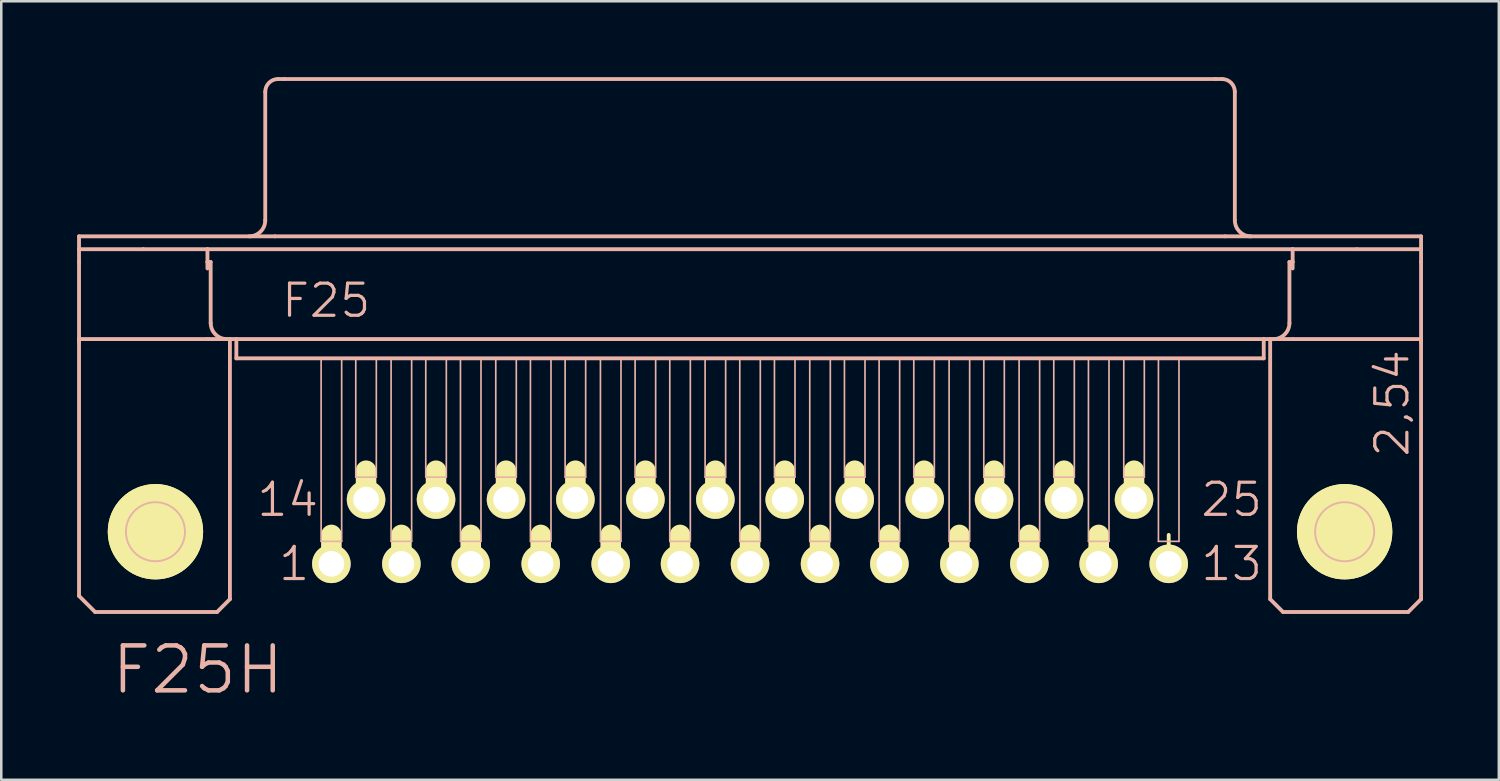
<source format=kicad_pcb>
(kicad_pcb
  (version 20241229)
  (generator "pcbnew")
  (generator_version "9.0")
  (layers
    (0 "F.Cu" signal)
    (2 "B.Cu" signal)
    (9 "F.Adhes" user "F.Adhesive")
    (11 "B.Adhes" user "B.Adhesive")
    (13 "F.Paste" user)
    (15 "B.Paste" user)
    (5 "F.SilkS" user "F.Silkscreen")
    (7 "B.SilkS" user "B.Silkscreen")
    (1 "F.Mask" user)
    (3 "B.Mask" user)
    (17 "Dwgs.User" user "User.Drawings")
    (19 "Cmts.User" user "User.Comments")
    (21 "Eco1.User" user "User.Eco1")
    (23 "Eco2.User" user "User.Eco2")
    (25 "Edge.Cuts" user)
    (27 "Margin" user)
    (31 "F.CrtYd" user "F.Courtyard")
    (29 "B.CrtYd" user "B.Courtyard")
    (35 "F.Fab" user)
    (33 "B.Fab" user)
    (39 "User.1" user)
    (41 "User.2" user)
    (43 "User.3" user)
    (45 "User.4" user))
  (footprint "F25H"
    (layer "F.Cu")
    (at 26.619 17.983)
    (property "Reference" "F25H" (at -21.844 5.461 0) (layer "B.SilkS") (effects (font (size 1.778 1.778) (thickness 0.178))))
    (attr exclude_from_pos_files exclude_from_bom)
    (fp_line (start -25.171 0) (end -21.869 0) (stroke (width 0.127) (type solid)) (layer "F.SilkS"))
    (fp_line (start -23.52 1.651) (end -23.52 -1.651) (stroke (width 0.127) (type solid)) (layer "F.SilkS"))
    (fp_line (start -16.561 1.143) (end -16.561 0.127) (stroke (width 0.813) (type solid)) (layer "F.SilkS"))
    (fp_line (start -15.189 -1.397) (end -15.189 -2.413) (stroke (width 0.813) (type solid)) (layer "F.SilkS"))
    (fp_line (start -13.792 1.143) (end -13.792 0.127) (stroke (width 0.813) (type solid)) (layer "F.SilkS"))
    (fp_line (start -12.421 -1.397) (end -12.421 -2.413) (stroke (width 0.813) (type solid)) (layer "F.SilkS"))
    (fp_line (start -11.049 1.143) (end -11.049 0.127) (stroke (width 0.813) (type solid)) (layer "F.SilkS"))
    (fp_line (start -9.652 -1.397) (end -9.652 -2.413) (stroke (width 0.813) (type solid)) (layer "F.SilkS"))
    (fp_line (start -8.28 1.143) (end -8.28 0.127) (stroke (width 0.813) (type solid)) (layer "F.SilkS"))
    (fp_line (start -6.909 -1.397) (end -6.909 -2.413) (stroke (width 0.813) (type solid)) (layer "F.SilkS"))
    (fp_line (start -5.512 1.143) (end -5.512 0.127) (stroke (width 0.813) (type solid)) (layer "F.SilkS"))
    (fp_line (start -4.14 -1.397) (end -4.14 -2.413) (stroke (width 0.813) (type solid)) (layer "F.SilkS"))
    (fp_line (start -2.769 1.143) (end -2.769 0.127) (stroke (width 0.813) (type solid)) (layer "F.SilkS"))
    (fp_line (start -1.372 -1.397) (end -1.372 -2.413) (stroke (width 0.813) (type solid)) (layer "F.SilkS"))
    (fp_line (start 0 1.143) (end 0 0.127) (stroke (width 0.813) (type solid)) (layer "F.SilkS"))
    (fp_line (start 1.372 -1.397) (end 1.372 -2.413) (stroke (width 0.813) (type solid)) (layer "F.SilkS"))
    (fp_line (start 2.769 1.143) (end 2.769 0.127) (stroke (width 0.813) (type solid)) (layer "F.SilkS"))
    (fp_line (start 4.14 -1.397) (end 4.14 -2.413) (stroke (width 0.813) (type solid)) (layer "F.SilkS"))
    (fp_line (start 5.512 1.143) (end 5.512 0.127) (stroke (width 0.813) (type solid)) (layer "F.SilkS"))
    (fp_line (start 6.883 -1.397) (end 6.883 -2.413) (stroke (width 0.813) (type solid)) (layer "F.SilkS"))
    (fp_line (start 8.28 1.143) (end 8.28 0.127) (stroke (width 0.813) (type solid)) (layer "F.SilkS"))
    (fp_line (start 9.652 -1.397) (end 9.652 -2.413) (stroke (width 0.813) (type solid)) (layer "F.SilkS"))
    (fp_line (start 11.049 1.143) (end 11.049 0.127) (stroke (width 0.813) (type solid)) (layer "F.SilkS"))
    (fp_line (start 12.421 -1.397) (end 12.421 -2.413) (stroke (width 0.813) (type solid)) (layer "F.SilkS"))
    (fp_line (start 13.792 1.143) (end 13.792 0.127) (stroke (width 0.813) (type solid)) (layer "F.SilkS"))
    (fp_line (start 15.189 -1.397) (end 15.189 -2.413) (stroke (width 0.813) (type solid)) (layer "F.SilkS"))
    (fp_line (start 16.561 1.143) (end 16.561 0.127) (stroke (width 0.152) (type solid)) (layer "F.SilkS"))
    (fp_line (start 21.869 0) (end 25.171 0) (stroke (width 0.127) (type solid)) (layer "F.SilkS"))
    (fp_line (start 23.52 1.651) (end 23.52 -1.651) (stroke (width 0.127) (type solid)) (layer "F.SilkS"))
    (fp_circle (center -23.52 0) (end -24.854 1.333) (stroke (width 0) (type solid)) (fill yes) (layer "F.SilkS"))
    (fp_circle (center -23.52 0) (end -24.854 1.333) (stroke (width 0) (type solid)) (fill yes) (layer "F.SilkS"))
    (fp_circle (center -23.52 0) (end -24.346 0.826) (stroke (width 0.127) (type solid)) (fill no) (layer "F.SilkS"))
    (fp_circle (center 23.52 0) (end 24.346 0.826) (stroke (width 0.127) (type solid)) (fill no) (layer "F.SilkS"))
    (fp_circle (center 23.52 0) (end 24.854 1.333) (stroke (width 0) (type solid)) (fill yes) (layer "F.SilkS"))
    (fp_circle (center 23.52 0) (end 24.854 1.333) (stroke (width 0) (type solid)) (fill yes) (layer "F.SilkS"))
    (fp_line (start -26.543 -11.684) (end -18.796 -11.684) (stroke (width 0.152) (type solid)) (layer "B.SilkS"))
    (fp_line (start -26.543 -11.684) (end 26.543 -11.684) (stroke (width 0.066) (type solid)) (layer "B.SilkS"))
    (fp_line (start -26.543 -11.176) (end -26.543 -11.684) (stroke (width 0.066) (type solid)) (layer "B.SilkS"))
    (fp_line (start -26.543 -11.176) (end -26.543 -11.684) (stroke (width 0.152) (type solid)) (layer "B.SilkS"))
    (fp_line (start -26.543 -11.176) (end -24.003 -11.176) (stroke (width 0.152) (type solid)) (layer "B.SilkS"))
    (fp_line (start -26.543 -11.176) (end 26.543 -11.176) (stroke (width 0.066) (type solid)) (layer "B.SilkS"))
    (fp_line (start -26.543 -10.668) (end -26.543 -11.176) (stroke (width 0.152) (type solid)) (layer "B.SilkS"))
    (fp_line (start -26.543 -7.62) (end -26.543 -10.668) (stroke (width 0.152) (type solid)) (layer "B.SilkS"))
    (fp_line (start -26.543 -7.62) (end -26.543 -7.493) (stroke (width 0.152) (type solid)) (layer "B.SilkS"))
    (fp_line (start -26.543 -7.62) (end -21.463 -7.62) (stroke (width 0.152) (type solid)) (layer "B.SilkS"))
    (fp_line (start -26.543 2.54) (end -26.543 -7.493) (stroke (width 0.152) (type solid)) (layer "B.SilkS"))
    (fp_line (start -25.908 3.175) (end -26.543 2.54) (stroke (width 0.152) (type solid)) (layer "B.SilkS"))
    (fp_line (start -24.003 -11.176) (end -21.463 -11.176) (stroke (width 0.152) (type solid)) (layer "B.SilkS"))
    (fp_line (start -21.463 -11.176) (end 21.463 -11.176) (stroke (width 0.152) (type solid)) (layer "B.SilkS"))
    (fp_line (start -21.463 -10.668) (end -21.463 -11.176) (stroke (width 0.152) (type solid)) (layer "B.SilkS"))
    (fp_line (start -21.463 -10.668) (end -21.336 -10.668) (stroke (width 0.152) (type solid)) (layer "B.SilkS"))
    (fp_line (start -21.463 -10.414) (end -21.463 -10.668) (stroke (width 0.152) (type solid)) (layer "B.SilkS"))
    (fp_line (start -21.463 -7.62) (end -20.574 -7.62) (stroke (width 0.152) (type solid)) (layer "B.SilkS"))
    (fp_line (start -21.336 -8.255) (end -21.336 -10.668) (stroke (width 0.152) (type solid)) (layer "B.SilkS"))
    (fp_line (start -21.082 3.175) (end -25.908 3.175) (stroke (width 0.152) (type solid)) (layer "B.SilkS"))
    (fp_line (start -21.082 3.175) (end -20.574 2.667) (stroke (width 0.152) (type solid)) (layer "B.SilkS"))
    (fp_line (start -20.574 -7.62) (end -20.32 -7.62) (stroke (width 0.152) (type solid)) (layer "B.SilkS"))
    (fp_line (start -20.574 2.667) (end -20.574 -7.62) (stroke (width 0.152) (type solid)) (layer "B.SilkS"))
    (fp_line (start -20.32 -7.62) (end -20.32 -6.858) (stroke (width 0.152) (type solid)) (layer "B.SilkS"))
    (fp_line (start -20.32 -7.62) (end 20.32 -7.62) (stroke (width 0.066) (type solid)) (layer "B.SilkS"))
    (fp_line (start -20.32 -7.62) (end 20.32 -7.62) (stroke (width 0.152) (type solid)) (layer "B.SilkS"))
    (fp_line (start -20.32 -6.858) (end -20.32 -7.62) (stroke (width 0.066) (type solid)) (layer "B.SilkS"))
    (fp_line (start -20.32 -6.858) (end 20.32 -6.858) (stroke (width 0.066) (type solid)) (layer "B.SilkS"))
    (fp_line (start -20.32 -6.858) (end 20.32 -6.858) (stroke (width 0.152) (type solid)) (layer "B.SilkS"))
    (fp_line (start -19.177 -12.319) (end -19.177 -17.399) (stroke (width 0.152) (type solid)) (layer "B.SilkS"))
    (fp_line (start -18.796 -11.684) (end 18.796 -11.684) (stroke (width 0.152) (type solid)) (layer "B.SilkS"))
    (fp_line (start -18.669 -17.907) (end -18.415 -17.907) (stroke (width 0.152) (type solid)) (layer "B.SilkS"))
    (fp_line (start -18.415 -17.907) (end 18.415 -17.907) (stroke (width 0.152) (type solid)) (layer "B.SilkS"))
    (fp_line (start -16.967 -6.858) (end -16.154 -6.858) (stroke (width 0.066) (type solid)) (layer "B.SilkS"))
    (fp_line (start -16.967 0.381) (end -16.967 -6.858) (stroke (width 0.066) (type solid)) (layer "B.SilkS"))
    (fp_line (start -16.967 0.381) (end -16.154 0.381) (stroke (width 0.066) (type solid)) (layer "B.SilkS"))
    (fp_line (start -16.154 0.381) (end -16.154 -6.858) (stroke (width 0.066) (type solid)) (layer "B.SilkS"))
    (fp_line (start -15.596 -6.858) (end -14.783 -6.858) (stroke (width 0.066) (type solid)) (layer "B.SilkS"))
    (fp_line (start -15.596 -2.159) (end -15.596 -6.858) (stroke (width 0.066) (type solid)) (layer "B.SilkS"))
    (fp_line (start -15.596 -2.159) (end -14.783 -2.159) (stroke (width 0.066) (type solid)) (layer "B.SilkS"))
    (fp_line (start -14.783 -2.159) (end -14.783 -6.858) (stroke (width 0.066) (type solid)) (layer "B.SilkS"))
    (fp_line (start -14.199 -6.858) (end -13.386 -6.858) (stroke (width 0.066) (type solid)) (layer "B.SilkS"))
    (fp_line (start -14.199 0.381) (end -14.199 -6.858) (stroke (width 0.066) (type solid)) (layer "B.SilkS"))
    (fp_line (start -14.199 0.381) (end -13.386 0.381) (stroke (width 0.066) (type solid)) (layer "B.SilkS"))
    (fp_line (start -13.386 0.381) (end -13.386 -6.858) (stroke (width 0.066) (type solid)) (layer "B.SilkS"))
    (fp_line (start -12.827 -6.858) (end -12.014 -6.858) (stroke (width 0.066) (type solid)) (layer "B.SilkS"))
    (fp_line (start -12.827 -2.159) (end -12.827 -6.858) (stroke (width 0.066) (type solid)) (layer "B.SilkS"))
    (fp_line (start -12.827 -2.159) (end -12.014 -2.159) (stroke (width 0.066) (type solid)) (layer "B.SilkS"))
    (fp_line (start -12.014 -2.159) (end -12.014 -6.858) (stroke (width 0.066) (type solid)) (layer "B.SilkS"))
    (fp_line (start -11.455 -6.858) (end -10.643 -6.858) (stroke (width 0.066) (type solid)) (layer "B.SilkS"))
    (fp_line (start -11.455 0.381) (end -11.455 -6.858) (stroke (width 0.066) (type solid)) (layer "B.SilkS"))
    (fp_line (start -11.455 0.381) (end -10.643 0.381) (stroke (width 0.066) (type solid)) (layer "B.SilkS"))
    (fp_line (start -10.643 0.381) (end -10.643 -6.858) (stroke (width 0.066) (type solid)) (layer "B.SilkS"))
    (fp_line (start -10.058 -6.858) (end -9.246 -6.858) (stroke (width 0.066) (type solid)) (layer "B.SilkS"))
    (fp_line (start -10.058 -2.159) (end -10.058 -6.858) (stroke (width 0.066) (type solid)) (layer "B.SilkS"))
    (fp_line (start -10.058 -2.159) (end -9.246 -2.159) (stroke (width 0.066) (type solid)) (layer "B.SilkS"))
    (fp_line (start -9.246 -2.159) (end -9.246 -6.858) (stroke (width 0.066) (type solid)) (layer "B.SilkS"))
    (fp_line (start -8.687 -6.858) (end -7.874 -6.858) (stroke (width 0.066) (type solid)) (layer "B.SilkS"))
    (fp_line (start -8.687 0.381) (end -8.687 -6.858) (stroke (width 0.066) (type solid)) (layer "B.SilkS"))
    (fp_line (start -8.687 0.381) (end -7.874 0.381) (stroke (width 0.066) (type solid)) (layer "B.SilkS"))
    (fp_line (start -7.874 0.381) (end -7.874 -6.858) (stroke (width 0.066) (type solid)) (layer "B.SilkS"))
    (fp_line (start -7.315 -6.858) (end -6.502 -6.858) (stroke (width 0.066) (type solid)) (layer "B.SilkS"))
    (fp_line (start -7.315 -2.159) (end -7.315 -6.858) (stroke (width 0.066) (type solid)) (layer "B.SilkS"))
    (fp_line (start -7.315 -2.159) (end -6.502 -2.159) (stroke (width 0.066) (type solid)) (layer "B.SilkS"))
    (fp_line (start -6.502 -2.159) (end -6.502 -6.858) (stroke (width 0.066) (type solid)) (layer "B.SilkS"))
    (fp_line (start -5.918 -6.858) (end -5.105 -6.858) (stroke (width 0.066) (type solid)) (layer "B.SilkS"))
    (fp_line (start -5.918 0.381) (end -5.918 -6.858) (stroke (width 0.066) (type solid)) (layer "B.SilkS"))
    (fp_line (start -5.918 0.381) (end -5.105 0.381) (stroke (width 0.066) (type solid)) (layer "B.SilkS"))
    (fp_line (start -5.105 0.381) (end -5.105 -6.858) (stroke (width 0.066) (type solid)) (layer "B.SilkS"))
    (fp_line (start -4.547 -6.858) (end -3.734 -6.858) (stroke (width 0.066) (type solid)) (layer "B.SilkS"))
    (fp_line (start -4.547 -2.159) (end -4.547 -6.858) (stroke (width 0.066) (type solid)) (layer "B.SilkS"))
    (fp_line (start -4.547 -2.159) (end -3.734 -2.159) (stroke (width 0.066) (type solid)) (layer "B.SilkS"))
    (fp_line (start -3.734 -2.159) (end -3.734 -6.858) (stroke (width 0.066) (type solid)) (layer "B.SilkS"))
    (fp_line (start -3.175 -6.858) (end -2.362 -6.858) (stroke (width 0.066) (type solid)) (layer "B.SilkS"))
    (fp_line (start -3.175 0.381) (end -3.175 -6.858) (stroke (width 0.066) (type solid)) (layer "B.SilkS"))
    (fp_line (start -3.175 0.381) (end -2.362 0.381) (stroke (width 0.066) (type solid)) (layer "B.SilkS"))
    (fp_line (start -2.362 0.381) (end -2.362 -6.858) (stroke (width 0.066) (type solid)) (layer "B.SilkS"))
    (fp_line (start -1.778 -6.858) (end -0.965 -6.858) (stroke (width 0.066) (type solid)) (layer "B.SilkS"))
    (fp_line (start -1.778 -2.159) (end -1.778 -6.858) (stroke (width 0.066) (type solid)) (layer "B.SilkS"))
    (fp_line (start -1.778 -2.159) (end -0.965 -2.159) (stroke (width 0.066) (type solid)) (layer "B.SilkS"))
    (fp_line (start -0.965 -2.159) (end -0.965 -6.858) (stroke (width 0.066) (type solid)) (layer "B.SilkS"))
    (fp_line (start -0.406 -6.858) (end 0.406 -6.858) (stroke (width 0.066) (type solid)) (layer "B.SilkS"))
    (fp_line (start -0.406 0.381) (end -0.406 -6.858) (stroke (width 0.066) (type solid)) (layer "B.SilkS"))
    (fp_line (start -0.406 0.381) (end 0.406 0.381) (stroke (width 0.066) (type solid)) (layer "B.SilkS"))
    (fp_line (start 0.406 0.381) (end 0.406 -6.858) (stroke (width 0.066) (type solid)) (layer "B.SilkS"))
    (fp_line (start 0.965 -6.858) (end 1.778 -6.858) (stroke (width 0.066) (type solid)) (layer "B.SilkS"))
    (fp_line (start 0.965 -2.159) (end 0.965 -6.858) (stroke (width 0.066) (type solid)) (layer "B.SilkS"))
    (fp_line (start 0.965 -2.159) (end 1.778 -2.159) (stroke (width 0.066) (type solid)) (layer "B.SilkS"))
    (fp_line (start 1.778 -2.159) (end 1.778 -6.858) (stroke (width 0.066) (type solid)) (layer "B.SilkS"))
    (fp_line (start 2.362 -6.858) (end 3.175 -6.858) (stroke (width 0.066) (type solid)) (layer "B.SilkS"))
    (fp_line (start 2.362 0.381) (end 2.362 -6.858) (stroke (width 0.066) (type solid)) (layer "B.SilkS"))
    (fp_line (start 2.362 0.381) (end 3.175 0.381) (stroke (width 0.066) (type solid)) (layer "B.SilkS"))
    (fp_line (start 3.175 0.381) (end 3.175 -6.858) (stroke (width 0.066) (type solid)) (layer "B.SilkS"))
    (fp_line (start 3.734 -6.858) (end 4.547 -6.858) (stroke (width 0.066) (type solid)) (layer "B.SilkS"))
    (fp_line (start 3.734 -2.159) (end 3.734 -6.858) (stroke (width 0.066) (type solid)) (layer "B.SilkS"))
    (fp_line (start 3.734 -2.159) (end 4.547 -2.159) (stroke (width 0.066) (type solid)) (layer "B.SilkS"))
    (fp_line (start 4.547 -2.159) (end 4.547 -6.858) (stroke (width 0.066) (type solid)) (layer "B.SilkS"))
    (fp_line (start 5.105 -6.858) (end 5.918 -6.858) (stroke (width 0.066) (type solid)) (layer "B.SilkS"))
    (fp_line (start 5.105 0.381) (end 5.105 -6.858) (stroke (width 0.066) (type solid)) (layer "B.SilkS"))
    (fp_line (start 5.105 0.381) (end 5.918 0.381) (stroke (width 0.066) (type solid)) (layer "B.SilkS"))
    (fp_line (start 5.918 0.381) (end 5.918 -6.858) (stroke (width 0.066) (type solid)) (layer "B.SilkS"))
    (fp_line (start 6.477 -6.858) (end 7.29 -6.858) (stroke (width 0.066) (type solid)) (layer "B.SilkS"))
    (fp_line (start 6.477 -2.159) (end 6.477 -6.858) (stroke (width 0.066) (type solid)) (layer "B.SilkS"))
    (fp_line (start 6.477 -2.159) (end 7.29 -2.159) (stroke (width 0.066) (type solid)) (layer "B.SilkS"))
    (fp_line (start 7.29 -2.159) (end 7.29 -6.858) (stroke (width 0.066) (type solid)) (layer "B.SilkS"))
    (fp_line (start 7.874 -6.858) (end 8.687 -6.858) (stroke (width 0.066) (type solid)) (layer "B.SilkS"))
    (fp_line (start 7.874 0.381) (end 7.874 -6.858) (stroke (width 0.066) (type solid)) (layer "B.SilkS"))
    (fp_line (start 7.874 0.381) (end 8.687 0.381) (stroke (width 0.066) (type solid)) (layer "B.SilkS"))
    (fp_line (start 8.687 0.381) (end 8.687 -6.858) (stroke (width 0.066) (type solid)) (layer "B.SilkS"))
    (fp_line (start 9.246 -6.858) (end 10.058 -6.858) (stroke (width 0.066) (type solid)) (layer "B.SilkS"))
    (fp_line (start 9.246 -2.159) (end 9.246 -6.858) (stroke (width 0.066) (type solid)) (layer "B.SilkS"))
    (fp_line (start 9.246 -2.159) (end 10.058 -2.159) (stroke (width 0.066) (type solid)) (layer "B.SilkS"))
    (fp_line (start 10.058 -2.159) (end 10.058 -6.858) (stroke (width 0.066) (type solid)) (layer "B.SilkS"))
    (fp_line (start 10.643 -6.858) (end 11.455 -6.858) (stroke (width 0.066) (type solid)) (layer "B.SilkS"))
    (fp_line (start 10.643 0.381) (end 10.643 -6.858) (stroke (width 0.066) (type solid)) (layer "B.SilkS"))
    (fp_line (start 10.643 0.381) (end 11.455 0.381) (stroke (width 0.066) (type solid)) (layer "B.SilkS"))
    (fp_line (start 11.455 0.381) (end 11.455 -6.858) (stroke (width 0.066) (type solid)) (layer "B.SilkS"))
    (fp_line (start 12.014 -6.858) (end 12.827 -6.858) (stroke (width 0.066) (type solid)) (layer "B.SilkS"))
    (fp_line (start 12.014 -2.159) (end 12.014 -6.858) (stroke (width 0.066) (type solid)) (layer "B.SilkS"))
    (fp_line (start 12.014 -2.159) (end 12.827 -2.159) (stroke (width 0.066) (type solid)) (layer "B.SilkS"))
    (fp_line (start 12.827 -2.159) (end 12.827 -6.858) (stroke (width 0.066) (type solid)) (layer "B.SilkS"))
    (fp_line (start 13.386 -6.858) (end 14.199 -6.858) (stroke (width 0.066) (type solid)) (layer "B.SilkS"))
    (fp_line (start 13.386 0.381) (end 13.386 -6.858) (stroke (width 0.066) (type solid)) (layer "B.SilkS"))
    (fp_line (start 13.386 0.381) (end 14.199 0.381) (stroke (width 0.066) (type solid)) (layer "B.SilkS"))
    (fp_line (start 14.199 0.381) (end 14.199 -6.858) (stroke (width 0.066) (type solid)) (layer "B.SilkS"))
    (fp_line (start 14.783 -6.858) (end 15.596 -6.858) (stroke (width 0.066) (type solid)) (layer "B.SilkS"))
    (fp_line (start 14.783 -2.159) (end 14.783 -6.858) (stroke (width 0.066) (type solid)) (layer "B.SilkS"))
    (fp_line (start 14.783 -2.159) (end 15.596 -2.159) (stroke (width 0.066) (type solid)) (layer "B.SilkS"))
    (fp_line (start 15.596 -2.159) (end 15.596 -6.858) (stroke (width 0.066) (type solid)) (layer "B.SilkS"))
    (fp_line (start 16.154 -6.858) (end 16.967 -6.858) (stroke (width 0.066) (type solid)) (layer "B.SilkS"))
    (fp_line (start 16.154 0.381) (end 16.154 -6.858) (stroke (width 0.066) (type solid)) (layer "B.SilkS"))
    (fp_line (start 16.154 0.381) (end 16.967 0.381) (stroke (width 0.066) (type solid)) (layer "B.SilkS"))
    (fp_line (start 16.967 0.381) (end 16.967 -6.858) (stroke (width 0.066) (type solid)) (layer "B.SilkS"))
    (fp_line (start 18.415 -17.907) (end 18.669 -17.907) (stroke (width 0.152) (type solid)) (layer "B.SilkS"))
    (fp_line (start 18.796 -11.684) (end 26.543 -11.684) (stroke (width 0.152) (type solid)) (layer "B.SilkS"))
    (fp_line (start 19.177 -12.319) (end 19.177 -17.399) (stroke (width 0.152) (type solid)) (layer "B.SilkS"))
    (fp_line (start 20.32 -7.62) (end 20.32 -6.858) (stroke (width 0.152) (type solid)) (layer "B.SilkS"))
    (fp_line (start 20.32 -7.62) (end 20.574 -7.62) (stroke (width 0.152) (type solid)) (layer "B.SilkS"))
    (fp_line (start 20.32 -6.858) (end 20.32 -7.62) (stroke (width 0.066) (type solid)) (layer "B.SilkS"))
    (fp_line (start 20.574 -7.62) (end 21.463 -7.62) (stroke (width 0.152) (type solid)) (layer "B.SilkS"))
    (fp_line (start 20.574 2.667) (end 20.574 -7.62) (stroke (width 0.152) (type solid)) (layer "B.SilkS"))
    (fp_line (start 20.574 2.667) (end 21.082 3.175) (stroke (width 0.152) (type solid)) (layer "B.SilkS"))
    (fp_line (start 21.082 3.175) (end 26.035 3.175) (stroke (width 0.152) (type solid)) (layer "B.SilkS"))
    (fp_line (start 21.336 -10.668) (end 21.463 -10.668) (stroke (width 0.152) (type solid)) (layer "B.SilkS"))
    (fp_line (start 21.336 -8.255) (end 21.336 -10.668) (stroke (width 0.152) (type solid)) (layer "B.SilkS"))
    (fp_line (start 21.463 -11.176) (end 24.003 -11.176) (stroke (width 0.152) (type solid)) (layer "B.SilkS"))
    (fp_line (start 21.463 -10.668) (end 21.463 -11.176) (stroke (width 0.152) (type solid)) (layer "B.SilkS"))
    (fp_line (start 21.463 -10.414) (end 21.463 -10.668) (stroke (width 0.152) (type solid)) (layer "B.SilkS"))
    (fp_line (start 21.463 -7.62) (end 26.543 -7.62) (stroke (width 0.152) (type solid)) (layer "B.SilkS"))
    (fp_line (start 24.003 -11.176) (end 26.543 -11.176) (stroke (width 0.152) (type solid)) (layer "B.SilkS"))
    (fp_line (start 26.035 3.175) (end 26.543 2.667) (stroke (width 0.152) (type solid)) (layer "B.SilkS"))
    (fp_line (start 26.543 -11.684) (end 26.543 -11.176) (stroke (width 0.152) (type solid)) (layer "B.SilkS"))
    (fp_line (start 26.543 -11.176) (end 26.543 -11.684) (stroke (width 0.066) (type solid)) (layer "B.SilkS"))
    (fp_line (start 26.543 -11.176) (end 26.543 -10.668) (stroke (width 0.152) (type solid)) (layer "B.SilkS"))
    (fp_line (start 26.543 -10.668) (end 26.543 -7.62) (stroke (width 0.152) (type solid)) (layer "B.SilkS"))
    (fp_line (start 26.543 -7.62) (end 26.543 -7.493) (stroke (width 0.152) (type solid)) (layer "B.SilkS"))
    (fp_line (start 26.543 2.667) (end 26.543 -7.493) (stroke (width 0.152) (type solid)) (layer "B.SilkS"))
    (fp_arc (start -20.69846 -7.62) (mid -21.147473 -7.805987) (end -21.33346 -8.255) (stroke (width 0.1524) (type solid)) (layer "B.SilkS"))
    (fp_arc (start -19.177 -17.399) (mid -19.02821 -17.75821) (end -18.669 -17.907) (stroke (width 0.1524) (type solid)) (layer "B.SilkS"))
    (fp_arc (start -19.177 -12.319) (mid -19.362987 -11.869987) (end -19.812 -11.684) (stroke (width 0.1524) (type solid)) (layer "B.SilkS"))
    (fp_arc (start 18.669 -17.907) (mid 19.02821 -17.75821) (end 19.177 -17.399) (stroke (width 0.1524) (type solid)) (layer "B.SilkS"))
    (fp_arc (start 19.812 -11.684) (mid 19.362987 -11.869987) (end 19.177 -12.319) (stroke (width 0.1524) (type solid)) (layer "B.SilkS"))
    (fp_arc (start 21.336 -8.255) (mid 21.149269 -7.804191) (end 20.69846 -7.61746) (stroke (width 0.1524) (type solid)) (layer "B.SilkS"))
    (fp_circle (center -23.52 0) (end -24.346 0.826) (stroke (width 0.076) (type solid)) (fill no) (layer "B.SilkS"))
    (fp_circle (center 23.52 0) (end 24.346 0.826) (stroke (width 0.076) (type solid)) (fill no) (layer "B.SilkS"))
    (fp_text user "25" (at 19.05 -1.27 0) (layer "B.SilkS") (effects (font (size 1.27 1.27) (thickness 0.127))))
    (fp_text user "F25" (at -16.764 -9.144 0) (layer "B.SilkS") (effects (font (size 1.27 1.27) (thickness 0.127))))
    (fp_text user "13" (at 19.05 1.27 0) (layer "B.SilkS") (effects (font (size 1.27 1.27) (thickness 0.127))))
    (fp_text user "14" (at -18.288 -1.27 0) (layer "B.SilkS") (effects (font (size 1.27 1.27) (thickness 0.127))))
    (fp_text user "1" (at -18.034 1.27 0) (layer "B.SilkS") (effects (font (size 1.27 1.27) (thickness 0.127))))
    (fp_text user "2,54" (at 25.4 -5.08 90) (layer "B.SilkS") (effects (font (size 1.27 1.27) (thickness 0.127))))
    (pad "1" thru_hole circle (at -16.561 1.27) (size 1.524 1.524) (drill 1.016) (layers "*.Cu" "F.Mask" "F.SilkS" "F.Paste"))
    (pad "2" thru_hole circle (at -13.792 1.27) (size 1.524 1.524) (drill 1.016) (layers "*.Cu" "F.Mask" "F.SilkS" "F.Paste"))
    (pad "3" thru_hole circle (at -11.049 1.27) (size 1.524 1.524) (drill 1.016) (layers "*.Cu" "F.Mask" "F.SilkS" "F.Paste"))
    (pad "4" thru_hole circle (at -8.28 1.27) (size 1.524 1.524) (drill 1.016) (layers "*.Cu" "F.Mask" "F.SilkS" "F.Paste"))
    (pad "5" thru_hole circle (at -5.512 1.27) (size 1.524 1.524) (drill 1.016) (layers "*.Cu" "F.Mask" "F.SilkS" "F.Paste"))
    (pad "6" thru_hole circle (at -2.769 1.27) (size 1.524 1.524) (drill 1.016) (layers "*.Cu" "F.Mask" "F.SilkS" "F.Paste"))
    (pad "7" thru_hole circle (at 0 1.27) (size 1.524 1.524) (drill 1.016) (layers "*.Cu" "F.Mask" "F.SilkS" "F.Paste"))
    (pad "8" thru_hole circle (at 2.769 1.27) (size 1.524 1.524) (drill 1.016) (layers "*.Cu" "F.Mask" "F.SilkS" "F.Paste"))
    (pad "9" thru_hole circle (at 5.512 1.27) (size 1.524 1.524) (drill 1.016) (layers "*.Cu" "F.Mask" "F.SilkS" "F.Paste"))
    (pad "10" thru_hole circle (at 8.28 1.27) (size 1.524 1.524) (drill 1.016) (layers "*.Cu" "F.Mask" "F.SilkS" "F.Paste"))
    (pad "11" thru_hole circle (at 11.049 1.27) (size 1.524 1.524) (drill 1.016) (layers "*.Cu" "F.Mask" "F.SilkS" "F.Paste"))
    (pad "12" thru_hole circle (at 13.792 1.27) (size 1.524 1.524) (drill 1.016) (layers "*.Cu" "F.Mask" "F.SilkS" "F.Paste"))
    (pad "13" thru_hole circle (at 16.561 1.27) (size 1.524 1.524) (drill 1.016) (layers "*.Cu" "F.Mask" "F.SilkS" "F.Paste"))
    (pad "14" thru_hole circle (at -15.189 -1.27) (size 1.524 1.524) (drill 1.016) (layers "*.Cu" "F.Mask" "F.SilkS" "F.Paste"))
    (pad "15" thru_hole circle (at -12.421 -1.27) (size 1.524 1.524) (drill 1.016) (layers "*.Cu" "F.Mask" "F.SilkS" "F.Paste"))
    (pad "16" thru_hole circle (at -9.652 -1.27) (size 1.524 1.524) (drill 1.016) (layers "*.Cu" "F.Mask" "F.SilkS" "F.Paste"))
    (pad "17" thru_hole circle (at -6.909 -1.27) (size 1.524 1.524) (drill 1.016) (layers "*.Cu" "F.Mask" "F.SilkS" "F.Paste"))
    (pad "18" thru_hole circle (at -4.14 -1.27) (size 1.524 1.524) (drill 1.016) (layers "*.Cu" "F.Mask" "F.SilkS" "F.Paste"))
    (pad "19" thru_hole circle (at -1.372 -1.27) (size 1.524 1.524) (drill 1.016) (layers "*.Cu" "F.Mask" "F.SilkS" "F.Paste"))
    (pad "20" thru_hole circle (at 1.372 -1.27) (size 1.524 1.524) (drill 1.016) (layers "*.Cu" "F.Mask" "F.SilkS" "F.Paste"))
    (pad "21" thru_hole circle (at 4.14 -1.27) (size 1.524 1.524) (drill 1.016) (layers "*.Cu" "F.Mask" "F.SilkS" "F.Paste"))
    (pad "22" thru_hole circle (at 6.909 -1.27) (size 1.524 1.524) (drill 1.016) (layers "*.Cu" "F.Mask" "F.SilkS" "F.Paste"))
    (pad "23" thru_hole circle (at 9.652 -1.27) (size 1.524 1.524) (drill 1.016) (layers "*.Cu" "F.Mask" "F.SilkS" "F.Paste"))
    (pad "24" thru_hole circle (at 12.421 -1.27) (size 1.524 1.524) (drill 1.016) (layers "*.Cu" "F.Mask" "F.SilkS" "F.Paste"))
    (pad "25" thru_hole circle (at 15.189 -1.27) (size 1.524 1.524) (drill 1.016) (layers "*.Cu" "F.Mask" "F.SilkS" "F.Paste")))
  (gr_rect
    (start -3 -3)
    (end 56.238 27.796)
    (stroke (width 0.1) (type default))
    (fill no)
    (layer "Edge.Cuts")))
</source>
